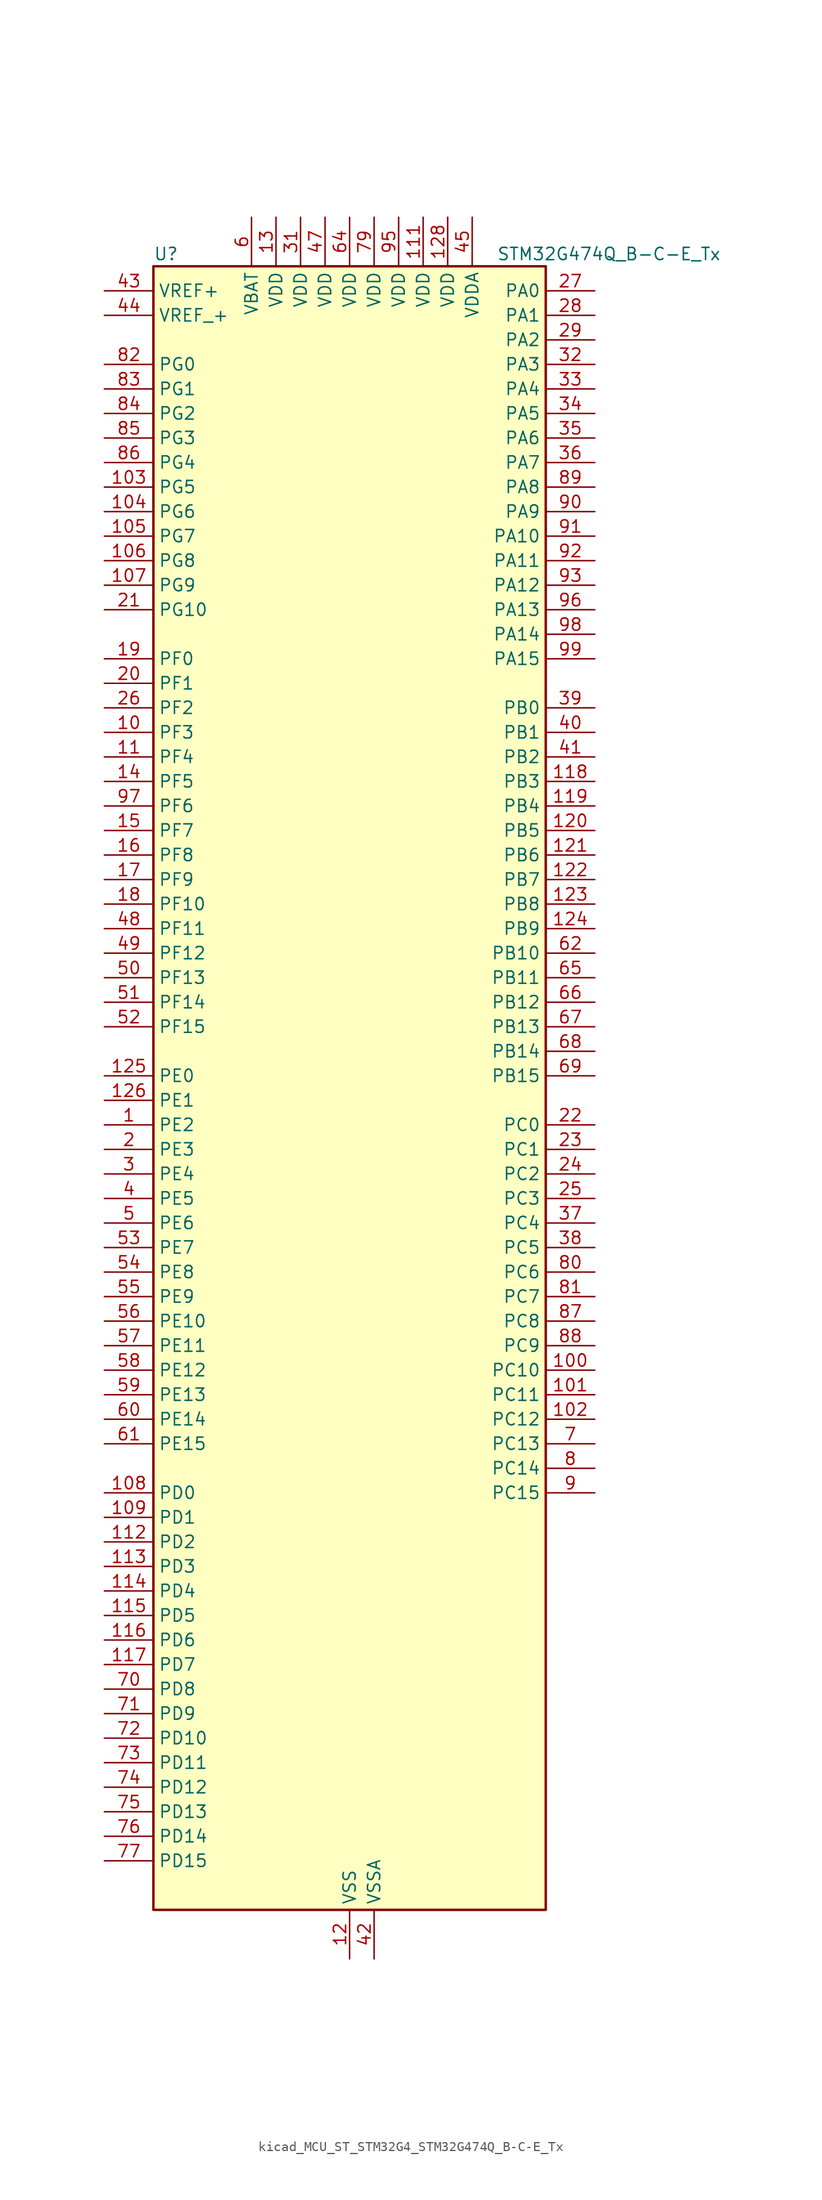
<source format=kicad_sym>
(kicad_symbol_lib
  (version 20220914)
  (generator kicad_symbol_editor)
  (symbol "kicad_MCU_ST_STM32G4_STM32G474Q_B-C-E_Tx"
    (property "Reference" "U"
      (at -20.32 87.63 0)
      (effects (font (size 1.27 1.27)) (justify left)))
    (property "Value" "STM32G474Q_B-C-E_Tx"
      (at 15.24 87.63 0)
      (effects (font (size 1.27 1.27)) (justify left)))
    (property "ki_locked" ""
      (at 0 0 0)
      (effects (font (size 1.27 1.27))))
    (symbol "kicad_MCU_ST_STM32G4_STM32G474Q_B-C-E_Tx_0_1"
      (rectangle (start -20.32 -83.82) (end 20.32 86.36) (stroke (width 0.254) (type default)) (fill (type background))))
    (symbol "kicad_MCU_ST_STM32G4_STM32G474Q_B-C-E_Tx_1_1"
      (pin bidirectional line (at -25.4 -2.54 0) (length 5.08) (name "PE2" (effects (font (size 1.27 1.27)))) (number "1" (effects (font (size 1.27 1.27)))) (alternate "ADC3_EXTI2" bidirectional line) (alternate "ADC4_EXTI2" bidirectional line) (alternate "ADC5_EXTI2" bidirectional line) (alternate "FMC_A23" bidirectional line) (alternate "SAI1_CK1" bidirectional line) (alternate "SAI1_MCLK_A" bidirectional line) (alternate "SPI4_SCK" bidirectional line) (alternate "SYS_TRACECLK" bidirectional line) (alternate "TIM20_CH1" bidirectional line) (alternate "TIM3_CH1" bidirectional line))
      (pin bidirectional line (at -25.4 38.1 0) (length 5.08) (name "PF3" (effects (font (size 1.27 1.27)))) (number "10" (effects (font (size 1.27 1.27)))) (alternate "ADC3_EXTI3" bidirectional line) (alternate "ADC4_EXTI3" bidirectional line) (alternate "ADC5_EXTI3" bidirectional line) (alternate "FMC_A3" bidirectional line) (alternate "I2C3_SCL" bidirectional line) (alternate "TIM20_CH4" bidirectional line))
      (pin bidirectional line (at 25.4 -27.94 180) (length 5.08) (name "PC10" (effects (font (size 1.27 1.27)))) (number "100" (effects (font (size 1.27 1.27)))) (alternate "DAC1_EXTI10" bidirectional line) (alternate "DAC2_EXTI10" bidirectional line) (alternate "DAC3_EXTI10" bidirectional line) (alternate "DAC4_EXTI10" bidirectional line) (alternate "HRTIM1_FLT6" bidirectional line) (alternate "I2S3_CK" bidirectional line) (alternate "SPI3_SCK" bidirectional line) (alternate "TIM8_CH1N" bidirectional line) (alternate "UART4_TX" bidirectional line) (alternate "USART3_TX" bidirectional line))
      (pin bidirectional line (at 25.4 -30.48 180) (length 5.08) (name "PC11" (effects (font (size 1.27 1.27)))) (number "101" (effects (font (size 1.27 1.27)))) (alternate "ADC1_EXTI11" bidirectional line) (alternate "ADC2_EXTI11" bidirectional line) (alternate "HRTIM1_EEV2" bidirectional line) (alternate "I2C3_SDA" bidirectional line) (alternate "SPI3_MISO" bidirectional line) (alternate "TIM8_CH2N" bidirectional line) (alternate "UART4_RX" bidirectional line) (alternate "USART3_RX" bidirectional line))
      (pin bidirectional line (at 25.4 -33.02 180) (length 5.08) (name "PC12" (effects (font (size 1.27 1.27)))) (number "102" (effects (font (size 1.27 1.27)))) (alternate "HRTIM1_EEV1" bidirectional line) (alternate "I2S3_SD" bidirectional line) (alternate "SPI3_MOSI" bidirectional line) (alternate "TIM5_CH2" bidirectional line) (alternate "TIM8_CH3N" bidirectional line) (alternate "UART5_TX" bidirectional line) (alternate "UCPD1_FRSTX1" bidirectional line) (alternate "UCPD1_FRSTX2" bidirectional line) (alternate "USART3_CK" bidirectional line))
      (pin bidirectional line (at -25.4 63.5 0) (length 5.08) (name "PG5" (effects (font (size 1.27 1.27)))) (number "103" (effects (font (size 1.27 1.27)))) (alternate "FMC_A15" bidirectional line) (alternate "LPUART1_CTS" bidirectional line) (alternate "SPI1_NSS" bidirectional line) (alternate "TIM20_ETR" bidirectional line))
      (pin bidirectional line (at -25.4 60.96 0) (length 5.08) (name "PG6" (effects (font (size 1.27 1.27)))) (number "104" (effects (font (size 1.27 1.27)))) (alternate "FMC_INT" bidirectional line) (alternate "I2C3_SMBA" bidirectional line) (alternate "LPUART1_DE" bidirectional line) (alternate "LPUART1_RTS" bidirectional line) (alternate "TIM20_BKIN" bidirectional line))
      (pin bidirectional line (at -25.4 58.42 0) (length 5.08) (name "PG7" (effects (font (size 1.27 1.27)))) (number "105" (effects (font (size 1.27 1.27)))) (alternate "FMC_INT" bidirectional line) (alternate "I2C3_SCL" bidirectional line) (alternate "LPUART1_TX" bidirectional line) (alternate "SAI1_CK1" bidirectional line) (alternate "SAI1_MCLK_A" bidirectional line))
      (pin bidirectional line (at -25.4 55.88 0) (length 5.08) (name "PG8" (effects (font (size 1.27 1.27)))) (number "106" (effects (font (size 1.27 1.27)))) (alternate "FMC_NE3" bidirectional line) (alternate "I2C3_SDA" bidirectional line) (alternate "LPUART1_RX" bidirectional line))
      (pin bidirectional line (at -25.4 53.34 0) (length 5.08) (name "PG9" (effects (font (size 1.27 1.27)))) (number "107" (effects (font (size 1.27 1.27)))) (alternate "DAC1_EXTI9" bidirectional line) (alternate "DAC2_EXTI9" bidirectional line) (alternate "DAC3_EXTI9" bidirectional line) (alternate "DAC4_EXTI9" bidirectional line) (alternate "FMC_NCE" bidirectional line) (alternate "FMC_NE2" bidirectional line) (alternate "SPI3_SCK" bidirectional line) (alternate "TIM15_CH1N" bidirectional line) (alternate "USART1_TX" bidirectional line))
      (pin bidirectional line (at -25.4 -40.64 0) (length 5.08) (name "PD0" (effects (font (size 1.27 1.27)))) (number "108" (effects (font (size 1.27 1.27)))) (alternate "FDCAN1_RX" bidirectional line) (alternate "FMC_D2" bidirectional line) (alternate "FMC_DA2" bidirectional line) (alternate "TIM8_CH4N" bidirectional line))
      (pin bidirectional line (at -25.4 -43.18 0) (length 5.08) (name "PD1" (effects (font (size 1.27 1.27)))) (number "109" (effects (font (size 1.27 1.27)))) (alternate "FDCAN1_TX" bidirectional line) (alternate "FMC_D3" bidirectional line) (alternate "FMC_DA3" bidirectional line) (alternate "TIM8_BKIN2" bidirectional line) (alternate "TIM8_CH4" bidirectional line))
      (pin bidirectional line (at -25.4 35.56 0) (length 5.08) (name "PF4" (effects (font (size 1.27 1.27)))) (number "11" (effects (font (size 1.27 1.27)))) (alternate "COMP1_OUT" bidirectional line) (alternate "FMC_A4" bidirectional line) (alternate "I2C3_SDA" bidirectional line) (alternate "TIM20_CH1N" bidirectional line))
      (pin passive line (at 0 -88.9 90) (length 5.08) hide (name "VSS" (effects (font (size 1.27 1.27)))) (number "110" (effects (font (size 1.27 1.27)))))
      (pin power_in line (at 7.62 91.44 270) (length 5.08) (name "VDD" (effects (font (size 1.27 1.27)))) (number "111" (effects (font (size 1.27 1.27)))))
      (pin bidirectional line (at -25.4 -45.72 0) (length 5.08) (name "PD2" (effects (font (size 1.27 1.27)))) (number "112" (effects (font (size 1.27 1.27)))) (alternate "ADC3_EXTI2" bidirectional line) (alternate "ADC4_EXTI2" bidirectional line) (alternate "ADC5_EXTI2" bidirectional line) (alternate "TIM3_ETR" bidirectional line) (alternate "TIM8_BKIN" bidirectional line) (alternate "UART5_RX" bidirectional line))
      (pin bidirectional line (at -25.4 -48.26 0) (length 5.08) (name "PD3" (effects (font (size 1.27 1.27)))) (number "113" (effects (font (size 1.27 1.27)))) (alternate "ADC3_EXTI3" bidirectional line) (alternate "ADC4_EXTI3" bidirectional line) (alternate "ADC5_EXTI3" bidirectional line) (alternate "FMC_CLK" bidirectional line) (alternate "QUADSPI1_BK2_NCS" bidirectional line) (alternate "TIM2_CH1" bidirectional line) (alternate "TIM2_ETR" bidirectional line) (alternate "USART2_CTS" bidirectional line) (alternate "USART2_NSS" bidirectional line))
      (pin bidirectional line (at -25.4 -50.8 0) (length 5.08) (name "PD4" (effects (font (size 1.27 1.27)))) (number "114" (effects (font (size 1.27 1.27)))) (alternate "FMC_NOE" bidirectional line) (alternate "QUADSPI1_BK2_IO0" bidirectional line) (alternate "TIM2_CH2" bidirectional line) (alternate "USART2_DE" bidirectional line) (alternate "USART2_RTS" bidirectional line))
      (pin bidirectional line (at -25.4 -53.34 0) (length 5.08) (name "PD5" (effects (font (size 1.27 1.27)))) (number "115" (effects (font (size 1.27 1.27)))) (alternate "FMC_NWE" bidirectional line) (alternate "QUADSPI1_BK2_IO1" bidirectional line) (alternate "USART2_TX" bidirectional line))
      (pin bidirectional line (at -25.4 -55.88 0) (length 5.08) (name "PD6" (effects (font (size 1.27 1.27)))) (number "116" (effects (font (size 1.27 1.27)))) (alternate "FMC_NWAIT" bidirectional line) (alternate "QUADSPI1_BK2_IO2" bidirectional line) (alternate "SAI1_D1" bidirectional line) (alternate "SAI1_SD_A" bidirectional line) (alternate "TIM2_CH4" bidirectional line) (alternate "USART2_RX" bidirectional line))
      (pin bidirectional line (at -25.4 -58.42 0) (length 5.08) (name "PD7" (effects (font (size 1.27 1.27)))) (number "117" (effects (font (size 1.27 1.27)))) (alternate "FMC_NCE" bidirectional line) (alternate "FMC_NE1" bidirectional line) (alternate "QUADSPI1_BK2_IO3" bidirectional line) (alternate "TIM2_CH3" bidirectional line) (alternate "USART2_CK" bidirectional line))
      (pin bidirectional line (at 25.4 33.02 180) (length 5.08) (name "PB3" (effects (font (size 1.27 1.27)))) (number "118" (effects (font (size 1.27 1.27)))) (alternate "ADC3_EXTI3" bidirectional line) (alternate "ADC4_EXTI3" bidirectional line) (alternate "ADC5_EXTI3" bidirectional line) (alternate "CRS_SYNC" bidirectional line) (alternate "FDCAN3_RX" bidirectional line) (alternate "HRTIM1_EEV9" bidirectional line) (alternate "HRTIM1_SCOUT" bidirectional line) (alternate "I2S3_CK" bidirectional line) (alternate "SAI1_SCK_B" bidirectional line) (alternate "SPI1_SCK" bidirectional line) (alternate "SPI3_SCK" bidirectional line) (alternate "SYS_JTDO-SWO" bidirectional line) (alternate "TIM2_CH2" bidirectional line) (alternate "TIM3_ETR" bidirectional line) (alternate "TIM4_ETR" bidirectional line) (alternate "TIM8_CH1N" bidirectional line) (alternate "USART2_TX" bidirectional line))
      (pin bidirectional line (at 25.4 30.48 180) (length 5.08) (name "PB4" (effects (font (size 1.27 1.27)))) (number "119" (effects (font (size 1.27 1.27)))) (alternate "FDCAN3_TX" bidirectional line) (alternate "HRTIM1_EEV7" bidirectional line) (alternate "SAI1_MCLK_B" bidirectional line) (alternate "SPI1_MISO" bidirectional line) (alternate "SPI3_MISO" bidirectional line) (alternate "SYS_JTRST" bidirectional line) (alternate "TIM16_CH1" bidirectional line) (alternate "TIM17_BKIN" bidirectional line) (alternate "TIM3_CH1" bidirectional line) (alternate "TIM8_CH2N" bidirectional line) (alternate "UART5_DE" bidirectional line) (alternate "UART5_RTS" bidirectional line) (alternate "UCPD1_CC2" bidirectional line) (alternate "USART2_RX" bidirectional line))
      (pin power_in line (at 0 -88.9 90) (length 5.08) (name "VSS" (effects (font (size 1.27 1.27)))) (number "12" (effects (font (size 1.27 1.27)))))
      (pin bidirectional line (at 25.4 27.94 180) (length 5.08) (name "PB5" (effects (font (size 1.27 1.27)))) (number "120" (effects (font (size 1.27 1.27)))) (alternate "FDCAN2_RX" bidirectional line) (alternate "HRTIM1_EEV6" bidirectional line) (alternate "I2C1_SMBA" bidirectional line) (alternate "I2C3_SDA" bidirectional line) (alternate "I2S3_SD" bidirectional line) (alternate "LPTIM1_IN1" bidirectional line) (alternate "SAI1_SD_B" bidirectional line) (alternate "SPI1_MOSI" bidirectional line) (alternate "SPI3_MOSI" bidirectional line) (alternate "TIM16_BKIN" bidirectional line) (alternate "TIM17_CH1" bidirectional line) (alternate "TIM3_CH2" bidirectional line) (alternate "TIM8_CH3N" bidirectional line) (alternate "UART5_CTS" bidirectional line) (alternate "USART2_CK" bidirectional line))
      (pin bidirectional line (at 25.4 25.4 180) (length 5.08) (name "PB6" (effects (font (size 1.27 1.27)))) (number "121" (effects (font (size 1.27 1.27)))) (alternate "COMP4_OUT" bidirectional line) (alternate "FDCAN2_TX" bidirectional line) (alternate "HRTIM1_EEV4" bidirectional line) (alternate "HRTIM1_SCIN" bidirectional line) (alternate "LPTIM1_ETR" bidirectional line) (alternate "SAI1_FS_B" bidirectional line) (alternate "TIM16_CH1N" bidirectional line) (alternate "TIM4_CH1" bidirectional line) (alternate "TIM8_BKIN2" bidirectional line) (alternate "TIM8_CH1" bidirectional line) (alternate "TIM8_ETR" bidirectional line) (alternate "UCPD1_CC1" bidirectional line) (alternate "USART1_TX" bidirectional line))
      (pin bidirectional line (at 25.4 22.86 180) (length 5.08) (name "PB7" (effects (font (size 1.27 1.27)))) (number "122" (effects (font (size 1.27 1.27)))) (alternate "COMP3_OUT" bidirectional line) (alternate "FMC_NL" bidirectional line) (alternate "HRTIM1_EEV3" bidirectional line) (alternate "I2C1_SDA" bidirectional line) (alternate "I2C4_SDA" bidirectional line) (alternate "LPTIM1_IN2" bidirectional line) (alternate "SYS_PVD_IN" bidirectional line) (alternate "TIM17_CH1N" bidirectional line) (alternate "TIM3_CH4" bidirectional line) (alternate "TIM4_CH2" bidirectional line) (alternate "TIM8_BKIN" bidirectional line) (alternate "UART4_CTS" bidirectional line) (alternate "USART1_RX" bidirectional line))
      (pin bidirectional line (at 25.4 20.32 180) (length 5.08) (name "PB8" (effects (font (size 1.27 1.27)))) (number "123" (effects (font (size 1.27 1.27)))) (alternate "COMP1_OUT" bidirectional line) (alternate "FDCAN1_RX" bidirectional line) (alternate "HRTIM1_EEV8" bidirectional line) (alternate "I2C1_SCL" bidirectional line) (alternate "SAI1_CK1" bidirectional line) (alternate "SAI1_MCLK_A" bidirectional line) (alternate "TIM16_CH1" bidirectional line) (alternate "TIM1_BKIN" bidirectional line) (alternate "TIM4_CH3" bidirectional line) (alternate "TIM8_CH2" bidirectional line) (alternate "USART3_RX" bidirectional line))
      (pin bidirectional line (at 25.4 17.78 180) (length 5.08) (name "PB9" (effects (font (size 1.27 1.27)))) (number "124" (effects (font (size 1.27 1.27)))) (alternate "COMP2_OUT" bidirectional line) (alternate "DAC1_EXTI9" bidirectional line) (alternate "DAC2_EXTI9" bidirectional line) (alternate "DAC3_EXTI9" bidirectional line) (alternate "DAC4_EXTI9" bidirectional line) (alternate "FDCAN1_TX" bidirectional line) (alternate "HRTIM1_EEV5" bidirectional line) (alternate "I2C1_SDA" bidirectional line) (alternate "IR_OUT" bidirectional line) (alternate "SAI1_D2" bidirectional line) (alternate "SAI1_FS_A" bidirectional line) (alternate "TIM17_CH1" bidirectional line) (alternate "TIM1_CH3N" bidirectional line) (alternate "TIM4_CH4" bidirectional line) (alternate "TIM8_CH3" bidirectional line) (alternate "USART3_TX" bidirectional line))
      (pin bidirectional line (at -25.4 2.54 0) (length 5.08) (name "PE0" (effects (font (size 1.27 1.27)))) (number "125" (effects (font (size 1.27 1.27)))) (alternate "FMC_NBL0" bidirectional line) (alternate "TIM16_CH1" bidirectional line) (alternate "TIM20_CH4N" bidirectional line) (alternate "TIM20_ETR" bidirectional line) (alternate "TIM4_ETR" bidirectional line) (alternate "USART1_TX" bidirectional line))
      (pin bidirectional line (at -25.4 0 0) (length 5.08) (name "PE1" (effects (font (size 1.27 1.27)))) (number "126" (effects (font (size 1.27 1.27)))) (alternate "FMC_NBL1" bidirectional line) (alternate "TIM17_CH1" bidirectional line) (alternate "TIM20_CH4" bidirectional line) (alternate "USART1_RX" bidirectional line))
      (pin passive line (at 0 -88.9 90) (length 5.08) hide (name "VSS" (effects (font (size 1.27 1.27)))) (number "127" (effects (font (size 1.27 1.27)))))
      (pin power_in line (at 10.16 91.44 270) (length 5.08) (name "VDD" (effects (font (size 1.27 1.27)))) (number "128" (effects (font (size 1.27 1.27)))))
      (pin power_in line (at -7.62 91.44 270) (length 5.08) (name "VDD" (effects (font (size 1.27 1.27)))) (number "13" (effects (font (size 1.27 1.27)))))
      (pin bidirectional line (at -25.4 33.02 0) (length 5.08) (name "PF5" (effects (font (size 1.27 1.27)))) (number "14" (effects (font (size 1.27 1.27)))) (alternate "FMC_A5" bidirectional line) (alternate "TIM20_CH2N" bidirectional line))
      (pin bidirectional line (at -25.4 27.94 0) (length 5.08) (name "PF7" (effects (font (size 1.27 1.27)))) (number "15" (effects (font (size 1.27 1.27)))) (alternate "FMC_A1" bidirectional line) (alternate "QUADSPI1_BK1_IO2" bidirectional line) (alternate "SAI1_MCLK_B" bidirectional line) (alternate "TIM20_BKIN" bidirectional line) (alternate "TIM5_CH2" bidirectional line))
      (pin bidirectional line (at -25.4 25.4 0) (length 5.08) (name "PF8" (effects (font (size 1.27 1.27)))) (number "16" (effects (font (size 1.27 1.27)))) (alternate "FMC_A24" bidirectional line) (alternate "QUADSPI1_BK1_IO0" bidirectional line) (alternate "SAI1_SCK_B" bidirectional line) (alternate "TIM20_BKIN2" bidirectional line) (alternate "TIM5_CH3" bidirectional line))
      (pin bidirectional line (at -25.4 22.86 0) (length 5.08) (name "PF9" (effects (font (size 1.27 1.27)))) (number "17" (effects (font (size 1.27 1.27)))) (alternate "DAC1_EXTI9" bidirectional line) (alternate "DAC2_EXTI9" bidirectional line) (alternate "DAC3_EXTI9" bidirectional line) (alternate "DAC4_EXTI9" bidirectional line) (alternate "FMC_A25" bidirectional line) (alternate "QUADSPI1_BK1_IO1" bidirectional line) (alternate "SAI1_FS_B" bidirectional line) (alternate "SPI2_SCK" bidirectional line) (alternate "TIM15_CH1" bidirectional line) (alternate "TIM20_BKIN" bidirectional line) (alternate "TIM5_CH4" bidirectional line))
      (pin bidirectional line (at -25.4 20.32 0) (length 5.08) (name "PF10" (effects (font (size 1.27 1.27)))) (number "18" (effects (font (size 1.27 1.27)))) (alternate "DAC1_EXTI10" bidirectional line) (alternate "DAC2_EXTI10" bidirectional line) (alternate "DAC3_EXTI10" bidirectional line) (alternate "DAC4_EXTI10" bidirectional line) (alternate "FMC_A0" bidirectional line) (alternate "QUADSPI1_CLK" bidirectional line) (alternate "SAI1_D3" bidirectional line) (alternate "SPI2_SCK" bidirectional line) (alternate "TIM15_CH2" bidirectional line) (alternate "TIM20_BKIN2" bidirectional line))
      (pin bidirectional line (at -25.4 45.72 0) (length 5.08) (name "PF0" (effects (font (size 1.27 1.27)))) (number "19" (effects (font (size 1.27 1.27)))) (alternate "ADC1_IN10" bidirectional line) (alternate "I2C2_SDA" bidirectional line) (alternate "I2S2_WS" bidirectional line) (alternate "RCC_OSC_IN" bidirectional line) (alternate "SPI2_NSS" bidirectional line) (alternate "TIM1_CH3N" bidirectional line))
      (pin bidirectional line (at -25.4 -5.08 0) (length 5.08) (name "PE3" (effects (font (size 1.27 1.27)))) (number "2" (effects (font (size 1.27 1.27)))) (alternate "ADC3_EXTI3" bidirectional line) (alternate "ADC4_EXTI3" bidirectional line) (alternate "ADC5_EXTI3" bidirectional line) (alternate "FMC_A19" bidirectional line) (alternate "SAI1_SD_B" bidirectional line) (alternate "SPI4_NSS" bidirectional line) (alternate "SYS_TRACED0" bidirectional line) (alternate "TIM20_CH2" bidirectional line) (alternate "TIM3_CH2" bidirectional line))
      (pin bidirectional line (at -25.4 43.18 0) (length 5.08) (name "PF1" (effects (font (size 1.27 1.27)))) (number "20" (effects (font (size 1.27 1.27)))) (alternate "ADC2_IN10" bidirectional line) (alternate "COMP3_INM" bidirectional line) (alternate "I2S2_CK" bidirectional line) (alternate "RCC_OSC_OUT" bidirectional line) (alternate "SPI2_SCK" bidirectional line))
      (pin bidirectional line (at -25.4 50.8 0) (length 5.08) (name "PG10" (effects (font (size 1.27 1.27)))) (number "21" (effects (font (size 1.27 1.27)))) (alternate "DAC1_EXTI10" bidirectional line) (alternate "DAC2_EXTI10" bidirectional line) (alternate "DAC3_EXTI10" bidirectional line) (alternate "DAC4_EXTI10" bidirectional line) (alternate "RCC_MCO" bidirectional line))
      (pin bidirectional line (at 25.4 -2.54 180) (length 5.08) (name "PC0" (effects (font (size 1.27 1.27)))) (number "22" (effects (font (size 1.27 1.27)))) (alternate "ADC1_IN6" bidirectional line) (alternate "ADC2_IN6" bidirectional line) (alternate "COMP3_INM" bidirectional line) (alternate "LPTIM1_IN1" bidirectional line) (alternate "LPUART1_RX" bidirectional line) (alternate "TIM1_CH1" bidirectional line))
      (pin bidirectional line (at 25.4 -5.08 180) (length 5.08) (name "PC1" (effects (font (size 1.27 1.27)))) (number "23" (effects (font (size 1.27 1.27)))) (alternate "ADC1_IN7" bidirectional line) (alternate "ADC2_IN7" bidirectional line) (alternate "COMP3_INP" bidirectional line) (alternate "LPTIM1_OUT" bidirectional line) (alternate "LPUART1_TX" bidirectional line) (alternate "QUADSPI1_BK2_IO0" bidirectional line) (alternate "SAI1_SD_A" bidirectional line) (alternate "TIM1_CH2" bidirectional line))
      (pin bidirectional line (at 25.4 -7.62 180) (length 5.08) (name "PC2" (effects (font (size 1.27 1.27)))) (number "24" (effects (font (size 1.27 1.27)))) (alternate "ADC1_IN8" bidirectional line) (alternate "ADC2_IN8" bidirectional line) (alternate "ADC3_EXTI2" bidirectional line) (alternate "ADC4_EXTI2" bidirectional line) (alternate "ADC5_EXTI2" bidirectional line) (alternate "COMP3_OUT" bidirectional line) (alternate "LPTIM1_IN2" bidirectional line) (alternate "QUADSPI1_BK2_IO1" bidirectional line) (alternate "TIM1_CH3" bidirectional line) (alternate "TIM20_CH2" bidirectional line))
      (pin bidirectional line (at 25.4 -10.16 180) (length 5.08) (name "PC3" (effects (font (size 1.27 1.27)))) (number "25" (effects (font (size 1.27 1.27)))) (alternate "ADC1_IN9" bidirectional line) (alternate "ADC2_IN9" bidirectional line) (alternate "ADC3_EXTI3" bidirectional line) (alternate "ADC4_EXTI3" bidirectional line) (alternate "ADC5_EXTI3" bidirectional line) (alternate "LPTIM1_ETR" bidirectional line) (alternate "OPAMP5_VINP" bidirectional line) (alternate "OPAMP5_VINP_SEC" bidirectional line) (alternate "QUADSPI1_BK2_IO2" bidirectional line) (alternate "SAI1_D1" bidirectional line) (alternate "SAI1_SD_A" bidirectional line) (alternate "TIM1_BKIN2" bidirectional line) (alternate "TIM1_CH4" bidirectional line))
      (pin bidirectional line (at -25.4 40.64 0) (length 5.08) (name "PF2" (effects (font (size 1.27 1.27)))) (number "26" (effects (font (size 1.27 1.27)))) (alternate "ADC3_EXTI2" bidirectional line) (alternate "ADC4_EXTI2" bidirectional line) (alternate "ADC5_EXTI2" bidirectional line) (alternate "FMC_A2" bidirectional line) (alternate "I2C2_SMBA" bidirectional line) (alternate "TIM20_CH3" bidirectional line))
      (pin bidirectional line (at 25.4 83.82 180) (length 5.08) (name "PA0" (effects (font (size 1.27 1.27)))) (number "27" (effects (font (size 1.27 1.27)))) (alternate "ADC1_IN1" bidirectional line) (alternate "ADC2_IN1" bidirectional line) (alternate "COMP1_INM" bidirectional line) (alternate "COMP1_OUT" bidirectional line) (alternate "COMP3_INP" bidirectional line) (alternate "RTC_TAMP2" bidirectional line) (alternate "SYS_WKUP1" bidirectional line) (alternate "TIM2_CH1" bidirectional line) (alternate "TIM2_ETR" bidirectional line) (alternate "TIM5_CH1" bidirectional line) (alternate "TIM8_BKIN" bidirectional line) (alternate "TIM8_ETR" bidirectional line) (alternate "USART2_CTS" bidirectional line) (alternate "USART2_NSS" bidirectional line))
      (pin bidirectional line (at 25.4 81.28 180) (length 5.08) (name "PA1" (effects (font (size 1.27 1.27)))) (number "28" (effects (font (size 1.27 1.27)))) (alternate "ADC1_IN2" bidirectional line) (alternate "ADC2_IN2" bidirectional line) (alternate "COMP1_INP" bidirectional line) (alternate "OPAMP1_VINP" bidirectional line) (alternate "OPAMP1_VINP_SEC" bidirectional line) (alternate "OPAMP3_VINP" bidirectional line) (alternate "OPAMP3_VINP_SEC" bidirectional line) (alternate "OPAMP6_VINM" bidirectional line) (alternate "OPAMP6_VINM0" bidirectional line) (alternate "OPAMP6_VINM_SEC" bidirectional line) (alternate "RTC_REFIN" bidirectional line) (alternate "TIM15_CH1N" bidirectional line) (alternate "TIM2_CH2" bidirectional line) (alternate "TIM5_CH2" bidirectional line) (alternate "USART2_DE" bidirectional line) (alternate "USART2_RTS" bidirectional line))
      (pin bidirectional line (at 25.4 78.74 180) (length 5.08) (name "PA2" (effects (font (size 1.27 1.27)))) (number "29" (effects (font (size 1.27 1.27)))) (alternate "ADC1_IN3" bidirectional line) (alternate "ADC3_EXTI2" bidirectional line) (alternate "ADC4_EXTI2" bidirectional line) (alternate "ADC5_EXTI2" bidirectional line) (alternate "COMP2_INM" bidirectional line) (alternate "COMP2_OUT" bidirectional line) (alternate "LPUART1_TX" bidirectional line) (alternate "OPAMP1_VOUT" bidirectional line) (alternate "QUADSPI1_BK1_NCS" bidirectional line) (alternate "RCC_LSCO" bidirectional line) (alternate "SYS_WKUP4" bidirectional line) (alternate "TIM15_CH1" bidirectional line) (alternate "TIM2_CH3" bidirectional line) (alternate "TIM5_CH3" bidirectional line) (alternate "UCPD1_FRSTX1" bidirectional line) (alternate "UCPD1_FRSTX2" bidirectional line) (alternate "USART2_TX" bidirectional line))
      (pin bidirectional line (at -25.4 -7.62 0) (length 5.08) (name "PE4" (effects (font (size 1.27 1.27)))) (number "3" (effects (font (size 1.27 1.27)))) (alternate "FMC_A20" bidirectional line) (alternate "SAI1_D2" bidirectional line) (alternate "SAI1_FS_A" bidirectional line) (alternate "SPI4_NSS" bidirectional line) (alternate "SYS_TRACED1" bidirectional line) (alternate "TIM20_CH1N" bidirectional line) (alternate "TIM3_CH3" bidirectional line))
      (pin passive line (at 0 -88.9 90) (length 5.08) hide (name "VSS" (effects (font (size 1.27 1.27)))) (number "30" (effects (font (size 1.27 1.27)))))
      (pin power_in line (at -5.08 91.44 270) (length 5.08) (name "VDD" (effects (font (size 1.27 1.27)))) (number "31" (effects (font (size 1.27 1.27)))))
      (pin bidirectional line (at 25.4 76.2 180) (length 5.08) (name "PA3" (effects (font (size 1.27 1.27)))) (number "32" (effects (font (size 1.27 1.27)))) (alternate "ADC1_IN4" bidirectional line) (alternate "ADC3_EXTI3" bidirectional line) (alternate "ADC4_EXTI3" bidirectional line) (alternate "ADC5_EXTI3" bidirectional line) (alternate "COMP2_INP" bidirectional line) (alternate "LPUART1_RX" bidirectional line) (alternate "OPAMP1_VINM" bidirectional line) (alternate "OPAMP1_VINM0" bidirectional line) (alternate "OPAMP1_VINM_SEC" bidirectional line) (alternate "OPAMP1_VINP" bidirectional line) (alternate "OPAMP1_VINP_SEC" bidirectional line) (alternate "OPAMP5_VINM" bidirectional line) (alternate "OPAMP5_VINM1" bidirectional line) (alternate "OPAMP5_VINM_SEC" bidirectional line) (alternate "QUADSPI1_CLK" bidirectional line) (alternate "SAI1_CK1" bidirectional line) (alternate "SAI1_MCLK_A" bidirectional line) (alternate "TIM15_CH2" bidirectional line) (alternate "TIM2_CH4" bidirectional line) (alternate "TIM5_CH4" bidirectional line) (alternate "USART2_RX" bidirectional line))
      (pin bidirectional line (at 25.4 73.66 180) (length 5.08) (name "PA4" (effects (font (size 1.27 1.27)))) (number "33" (effects (font (size 1.27 1.27)))) (alternate "ADC2_IN17" bidirectional line) (alternate "COMP1_INM" bidirectional line) (alternate "DAC1_OUT1" bidirectional line) (alternate "I2S3_WS" bidirectional line) (alternate "SAI1_FS_B" bidirectional line) (alternate "SPI1_NSS" bidirectional line) (alternate "SPI3_NSS" bidirectional line) (alternate "TIM3_CH2" bidirectional line) (alternate "USART2_CK" bidirectional line))
      (pin bidirectional line (at 25.4 71.12 180) (length 5.08) (name "PA5" (effects (font (size 1.27 1.27)))) (number "34" (effects (font (size 1.27 1.27)))) (alternate "ADC2_IN13" bidirectional line) (alternate "COMP2_INM" bidirectional line) (alternate "DAC1_OUT2" bidirectional line) (alternate "OPAMP2_VINM" bidirectional line) (alternate "OPAMP2_VINM0" bidirectional line) (alternate "OPAMP2_VINM_SEC" bidirectional line) (alternate "SPI1_SCK" bidirectional line) (alternate "TIM2_CH1" bidirectional line) (alternate "TIM2_ETR" bidirectional line) (alternate "UCPD1_FRSTX1" bidirectional line) (alternate "UCPD1_FRSTX2" bidirectional line))
      (pin bidirectional line (at 25.4 68.58 180) (length 5.08) (name "PA6" (effects (font (size 1.27 1.27)))) (number "35" (effects (font (size 1.27 1.27)))) (alternate "ADC2_IN3" bidirectional line) (alternate "COMP1_OUT" bidirectional line) (alternate "DAC2_OUT1" bidirectional line) (alternate "LPUART1_CTS" bidirectional line) (alternate "OPAMP2_VOUT" bidirectional line) (alternate "QUADSPI1_BK1_IO3" bidirectional line) (alternate "SPI1_MISO" bidirectional line) (alternate "TIM16_CH1" bidirectional line) (alternate "TIM1_BKIN" bidirectional line) (alternate "TIM3_CH1" bidirectional line) (alternate "TIM8_BKIN" bidirectional line))
      (pin bidirectional line (at 25.4 66.04 180) (length 5.08) (name "PA7" (effects (font (size 1.27 1.27)))) (number "36" (effects (font (size 1.27 1.27)))) (alternate "ADC2_IN4" bidirectional line) (alternate "COMP2_INP" bidirectional line) (alternate "COMP2_OUT" bidirectional line) (alternate "OPAMP1_VINP" bidirectional line) (alternate "OPAMP1_VINP_SEC" bidirectional line) (alternate "OPAMP2_VINP" bidirectional line) (alternate "OPAMP2_VINP_SEC" bidirectional line) (alternate "QUADSPI1_BK1_IO2" bidirectional line) (alternate "SPI1_MOSI" bidirectional line) (alternate "TIM17_CH1" bidirectional line) (alternate "TIM1_CH1N" bidirectional line) (alternate "TIM3_CH2" bidirectional line) (alternate "TIM8_CH1N" bidirectional line) (alternate "UCPD1_FRSTX1" bidirectional line) (alternate "UCPD1_FRSTX2" bidirectional line))
      (pin bidirectional line (at 25.4 -12.7 180) (length 5.08) (name "PC4" (effects (font (size 1.27 1.27)))) (number "37" (effects (font (size 1.27 1.27)))) (alternate "ADC2_IN5" bidirectional line) (alternate "I2C2_SCL" bidirectional line) (alternate "QUADSPI1_BK2_IO3" bidirectional line) (alternate "TIM1_ETR" bidirectional line) (alternate "USART1_TX" bidirectional line))
      (pin bidirectional line (at 25.4 -15.24 180) (length 5.08) (name "PC5" (effects (font (size 1.27 1.27)))) (number "38" (effects (font (size 1.27 1.27)))) (alternate "ADC2_IN11" bidirectional line) (alternate "HRTIM1_EEV10" bidirectional line) (alternate "OPAMP1_VINM" bidirectional line) (alternate "OPAMP1_VINM1" bidirectional line) (alternate "OPAMP1_VINM_SEC" bidirectional line) (alternate "OPAMP2_VINM" bidirectional line) (alternate "OPAMP2_VINM1" bidirectional line) (alternate "OPAMP2_VINM_SEC" bidirectional line) (alternate "SAI1_D3" bidirectional line) (alternate "SYS_WKUP5" bidirectional line) (alternate "TIM15_BKIN" bidirectional line) (alternate "TIM1_CH4N" bidirectional line) (alternate "USART1_RX" bidirectional line))
      (pin bidirectional line (at 25.4 40.64 180) (length 5.08) (name "PB0" (effects (font (size 1.27 1.27)))) (number "39" (effects (font (size 1.27 1.27)))) (alternate "ADC1_IN15" bidirectional line) (alternate "ADC3_IN12" bidirectional line) (alternate "COMP4_INP" bidirectional line) (alternate "HRTIM1_FLT5" bidirectional line) (alternate "OPAMP2_VINP" bidirectional line) (alternate "OPAMP2_VINP_SEC" bidirectional line) (alternate "OPAMP3_VINP" bidirectional line) (alternate "OPAMP3_VINP_SEC" bidirectional line) (alternate "QUADSPI1_BK1_IO1" bidirectional line) (alternate "TIM1_CH2N" bidirectional line) (alternate "TIM3_CH3" bidirectional line) (alternate "TIM8_CH2N" bidirectional line) (alternate "UCPD1_FRSTX1" bidirectional line) (alternate "UCPD1_FRSTX2" bidirectional line))
      (pin bidirectional line (at -25.4 -10.16 0) (length 5.08) (name "PE5" (effects (font (size 1.27 1.27)))) (number "4" (effects (font (size 1.27 1.27)))) (alternate "FMC_A21" bidirectional line) (alternate "SAI1_CK2" bidirectional line) (alternate "SAI1_SCK_A" bidirectional line) (alternate "SPI4_MISO" bidirectional line) (alternate "SYS_TRACED2" bidirectional line) (alternate "TIM20_CH2N" bidirectional line) (alternate "TIM3_CH4" bidirectional line))
      (pin bidirectional line (at 25.4 38.1 180) (length 5.08) (name "PB1" (effects (font (size 1.27 1.27)))) (number "40" (effects (font (size 1.27 1.27)))) (alternate "ADC1_IN12" bidirectional line) (alternate "ADC3_IN1" bidirectional line) (alternate "COMP1_INP" bidirectional line) (alternate "COMP4_OUT" bidirectional line) (alternate "HRTIM1_SCOUT" bidirectional line) (alternate "LPUART1_DE" bidirectional line) (alternate "LPUART1_RTS" bidirectional line) (alternate "OPAMP3_VOUT" bidirectional line) (alternate "OPAMP6_VINM" bidirectional line) (alternate "OPAMP6_VINM1" bidirectional line) (alternate "OPAMP6_VINM_SEC" bidirectional line) (alternate "QUADSPI1_BK1_IO0" bidirectional line) (alternate "TIM1_CH3N" bidirectional line) (alternate "TIM3_CH4" bidirectional line) (alternate "TIM8_CH3N" bidirectional line))
      (pin bidirectional line (at 25.4 35.56 180) (length 5.08) (name "PB2" (effects (font (size 1.27 1.27)))) (number "41" (effects (font (size 1.27 1.27)))) (alternate "ADC2_IN12" bidirectional line) (alternate "ADC3_EXTI2" bidirectional line) (alternate "ADC4_EXTI2" bidirectional line) (alternate "ADC5_EXTI2" bidirectional line) (alternate "COMP4_INM" bidirectional line) (alternate "HRTIM1_SCIN" bidirectional line) (alternate "I2C3_SMBA" bidirectional line) (alternate "LPTIM1_OUT" bidirectional line) (alternate "OPAMP3_VINM" bidirectional line) (alternate "OPAMP3_VINM0" bidirectional line) (alternate "OPAMP3_VINM_SEC" bidirectional line) (alternate "QUADSPI1_BK2_IO1" bidirectional line) (alternate "RTC_OUT2" bidirectional line) (alternate "TIM20_CH1" bidirectional line) (alternate "TIM5_CH1" bidirectional line))
      (pin power_in line (at 2.54 -88.9 90) (length 5.08) (name "VSSA" (effects (font (size 1.27 1.27)))) (number "42" (effects (font (size 1.27 1.27)))))
      (pin input line (at -25.4 83.82 0) (length 5.08) (name "VREF+" (effects (font (size 1.27 1.27)))) (number "43" (effects (font (size 1.27 1.27)))) (alternate "VREFBUF_OUT1" bidirectional line))
      (pin input line (at -25.4 81.28 0) (length 5.08) (name "VREF_+" (effects (font (size 1.27 1.27)))) (number "44" (effects (font (size 1.27 1.27)))) (alternate "VREFBUF_OUT2" bidirectional line))
      (pin power_in line (at 12.7 91.44 270) (length 5.08) (name "VDDA" (effects (font (size 1.27 1.27)))) (number "45" (effects (font (size 1.27 1.27)))))
      (pin passive line (at 0 -88.9 90) (length 5.08) hide (name "VSS" (effects (font (size 1.27 1.27)))) (number "46" (effects (font (size 1.27 1.27)))))
      (pin power_in line (at -2.54 91.44 270) (length 5.08) (name "VDD" (effects (font (size 1.27 1.27)))) (number "47" (effects (font (size 1.27 1.27)))))
      (pin bidirectional line (at -25.4 17.78 0) (length 5.08) (name "PF11" (effects (font (size 1.27 1.27)))) (number "48" (effects (font (size 1.27 1.27)))) (alternate "ADC1_EXTI11" bidirectional line) (alternate "ADC2_EXTI11" bidirectional line) (alternate "FMC_NE4" bidirectional line) (alternate "TIM20_ETR" bidirectional line))
      (pin bidirectional line (at -25.4 15.24 0) (length 5.08) (name "PF12" (effects (font (size 1.27 1.27)))) (number "49" (effects (font (size 1.27 1.27)))) (alternate "FMC_A6" bidirectional line) (alternate "TIM20_CH1" bidirectional line))
      (pin bidirectional line (at -25.4 -12.7 0) (length 5.08) (name "PE6" (effects (font (size 1.27 1.27)))) (number "5" (effects (font (size 1.27 1.27)))) (alternate "FMC_A22" bidirectional line) (alternate "RTC_TAMP3" bidirectional line) (alternate "SAI1_D1" bidirectional line) (alternate "SAI1_SD_A" bidirectional line) (alternate "SPI4_MOSI" bidirectional line) (alternate "SYS_TRACED3" bidirectional line) (alternate "SYS_WKUP3" bidirectional line) (alternate "TIM20_CH3N" bidirectional line))
      (pin bidirectional line (at -25.4 12.7 0) (length 5.08) (name "PF13" (effects (font (size 1.27 1.27)))) (number "50" (effects (font (size 1.27 1.27)))) (alternate "FMC_A7" bidirectional line) (alternate "I2C4_SMBA" bidirectional line) (alternate "TIM20_CH2" bidirectional line))
      (pin bidirectional line (at -25.4 10.16 0) (length 5.08) (name "PF14" (effects (font (size 1.27 1.27)))) (number "51" (effects (font (size 1.27 1.27)))) (alternate "FMC_A8" bidirectional line) (alternate "I2C4_SCL" bidirectional line) (alternate "TIM20_CH3" bidirectional line))
      (pin bidirectional line (at -25.4 7.62 0) (length 5.08) (name "PF15" (effects (font (size 1.27 1.27)))) (number "52" (effects (font (size 1.27 1.27)))) (alternate "ADC1_EXTI15" bidirectional line) (alternate "ADC2_EXTI15" bidirectional line) (alternate "FMC_A9" bidirectional line) (alternate "I2C4_SDA" bidirectional line) (alternate "TIM20_CH4" bidirectional line))
      (pin bidirectional line (at -25.4 -15.24 0) (length 5.08) (name "PE7" (effects (font (size 1.27 1.27)))) (number "53" (effects (font (size 1.27 1.27)))) (alternate "ADC3_IN4" bidirectional line) (alternate "COMP4_INP" bidirectional line) (alternate "FMC_D4" bidirectional line) (alternate "FMC_DA4" bidirectional line) (alternate "SAI1_SD_B" bidirectional line) (alternate "TIM1_ETR" bidirectional line))
      (pin bidirectional line (at -25.4 -17.78 0) (length 5.08) (name "PE8" (effects (font (size 1.27 1.27)))) (number "54" (effects (font (size 1.27 1.27)))) (alternate "ADC3_IN6" bidirectional line) (alternate "ADC4_IN6" bidirectional line) (alternate "ADC5_IN6" bidirectional line) (alternate "COMP4_INM" bidirectional line) (alternate "FMC_D5" bidirectional line) (alternate "FMC_DA5" bidirectional line) (alternate "SAI1_SCK_B" bidirectional line) (alternate "TIM1_CH1N" bidirectional line) (alternate "TIM5_CH3" bidirectional line))
      (pin bidirectional line (at -25.4 -20.32 0) (length 5.08) (name "PE9" (effects (font (size 1.27 1.27)))) (number "55" (effects (font (size 1.27 1.27)))) (alternate "ADC3_IN2" bidirectional line) (alternate "DAC1_EXTI9" bidirectional line) (alternate "DAC2_EXTI9" bidirectional line) (alternate "DAC3_EXTI9" bidirectional line) (alternate "DAC4_EXTI9" bidirectional line) (alternate "FMC_D6" bidirectional line) (alternate "FMC_DA6" bidirectional line) (alternate "SAI1_FS_B" bidirectional line) (alternate "TIM1_CH1" bidirectional line) (alternate "TIM5_CH4" bidirectional line))
      (pin bidirectional line (at -25.4 -22.86 0) (length 5.08) (name "PE10" (effects (font (size 1.27 1.27)))) (number "56" (effects (font (size 1.27 1.27)))) (alternate "ADC3_IN14" bidirectional line) (alternate "ADC4_IN14" bidirectional line) (alternate "ADC5_IN14" bidirectional line) (alternate "DAC1_EXTI10" bidirectional line) (alternate "DAC2_EXTI10" bidirectional line) (alternate "DAC3_EXTI10" bidirectional line) (alternate "DAC4_EXTI10" bidirectional line) (alternate "FMC_D7" bidirectional line) (alternate "FMC_DA7" bidirectional line) (alternate "QUADSPI1_CLK" bidirectional line) (alternate "SAI1_MCLK_B" bidirectional line) (alternate "TIM1_CH2N" bidirectional line))
      (pin bidirectional line (at -25.4 -25.4 0) (length 5.08) (name "PE11" (effects (font (size 1.27 1.27)))) (number "57" (effects (font (size 1.27 1.27)))) (alternate "ADC1_EXTI11" bidirectional line) (alternate "ADC2_EXTI11" bidirectional line) (alternate "ADC3_IN15" bidirectional line) (alternate "ADC4_IN15" bidirectional line) (alternate "ADC5_IN15" bidirectional line) (alternate "FMC_D8" bidirectional line) (alternate "FMC_DA8" bidirectional line) (alternate "QUADSPI1_BK1_NCS" bidirectional line) (alternate "SPI4_NSS" bidirectional line) (alternate "TIM1_CH2" bidirectional line))
      (pin bidirectional line (at -25.4 -27.94 0) (length 5.08) (name "PE12" (effects (font (size 1.27 1.27)))) (number "58" (effects (font (size 1.27 1.27)))) (alternate "ADC3_IN16" bidirectional line) (alternate "ADC4_IN16" bidirectional line) (alternate "ADC5_IN16" bidirectional line) (alternate "FMC_D9" bidirectional line) (alternate "FMC_DA9" bidirectional line) (alternate "QUADSPI1_BK1_IO0" bidirectional line) (alternate "SPI4_SCK" bidirectional line) (alternate "TIM1_CH3N" bidirectional line))
      (pin bidirectional line (at -25.4 -30.48 0) (length 5.08) (name "PE13" (effects (font (size 1.27 1.27)))) (number "59" (effects (font (size 1.27 1.27)))) (alternate "ADC3_IN3" bidirectional line) (alternate "FMC_D10" bidirectional line) (alternate "FMC_DA10" bidirectional line) (alternate "QUADSPI1_BK1_IO1" bidirectional line) (alternate "SPI4_MISO" bidirectional line) (alternate "TIM1_CH3" bidirectional line))
      (pin power_in line (at -10.16 91.44 270) (length 5.08) (name "VBAT" (effects (font (size 1.27 1.27)))) (number "6" (effects (font (size 1.27 1.27)))))
      (pin bidirectional line (at -25.4 -33.02 0) (length 5.08) (name "PE14" (effects (font (size 1.27 1.27)))) (number "60" (effects (font (size 1.27 1.27)))) (alternate "ADC4_IN1" bidirectional line) (alternate "FMC_D11" bidirectional line) (alternate "FMC_DA11" bidirectional line) (alternate "QUADSPI1_BK1_IO2" bidirectional line) (alternate "SPI4_MOSI" bidirectional line) (alternate "TIM1_BKIN2" bidirectional line) (alternate "TIM1_CH4" bidirectional line))
      (pin bidirectional line (at -25.4 -35.56 0) (length 5.08) (name "PE15" (effects (font (size 1.27 1.27)))) (number "61" (effects (font (size 1.27 1.27)))) (alternate "ADC1_EXTI15" bidirectional line) (alternate "ADC2_EXTI15" bidirectional line) (alternate "ADC4_IN2" bidirectional line) (alternate "FMC_D12" bidirectional line) (alternate "FMC_DA12" bidirectional line) (alternate "QUADSPI1_BK1_IO3" bidirectional line) (alternate "TIM1_BKIN" bidirectional line) (alternate "TIM1_CH4N" bidirectional line) (alternate "USART3_RX" bidirectional line))
      (pin bidirectional line (at 25.4 15.24 180) (length 5.08) (name "PB10" (effects (font (size 1.27 1.27)))) (number "62" (effects (font (size 1.27 1.27)))) (alternate "COMP5_INM" bidirectional line) (alternate "DAC1_EXTI10" bidirectional line) (alternate "DAC2_EXTI10" bidirectional line) (alternate "DAC3_EXTI10" bidirectional line) (alternate "DAC4_EXTI10" bidirectional line) (alternate "HRTIM1_FLT3" bidirectional line) (alternate "LPUART1_RX" bidirectional line) (alternate "OPAMP3_VINM" bidirectional line) (alternate "OPAMP3_VINM1" bidirectional line) (alternate "OPAMP3_VINM_SEC" bidirectional line) (alternate "OPAMP4_VINM" bidirectional line) (alternate "OPAMP4_VINM0" bidirectional line) (alternate "OPAMP4_VINM_SEC" bidirectional line) (alternate "QUADSPI1_CLK" bidirectional line) (alternate "SAI1_SCK_A" bidirectional line) (alternate "TIM1_BKIN" bidirectional line) (alternate "TIM2_CH3" bidirectional line) (alternate "USART3_TX" bidirectional line))
      (pin passive line (at 0 -88.9 90) (length 5.08) hide (name "VSS" (effects (font (size 1.27 1.27)))) (number "63" (effects (font (size 1.27 1.27)))))
      (pin power_in line (at 0 91.44 270) (length 5.08) (name "VDD" (effects (font (size 1.27 1.27)))) (number "64" (effects (font (size 1.27 1.27)))))
      (pin bidirectional line (at 25.4 12.7 180) (length 5.08) (name "PB11" (effects (font (size 1.27 1.27)))) (number "65" (effects (font (size 1.27 1.27)))) (alternate "ADC1_EXTI11" bidirectional line) (alternate "ADC1_IN14" bidirectional line) (alternate "ADC2_EXTI11" bidirectional line) (alternate "ADC2_IN14" bidirectional line) (alternate "COMP6_INP" bidirectional line) (alternate "HRTIM1_FLT4" bidirectional line) (alternate "LPUART1_TX" bidirectional line) (alternate "OPAMP4_VINP" bidirectional line) (alternate "OPAMP4_VINP_SEC" bidirectional line) (alternate "OPAMP6_VOUT" bidirectional line) (alternate "QUADSPI1_BK1_NCS" bidirectional line) (alternate "TIM2_CH4" bidirectional line) (alternate "USART3_RX" bidirectional line))
      (pin bidirectional line (at 25.4 10.16 180) (length 5.08) (name "PB12" (effects (font (size 1.27 1.27)))) (number "66" (effects (font (size 1.27 1.27)))) (alternate "ADC1_IN11" bidirectional line) (alternate "ADC4_IN3" bidirectional line) (alternate "COMP7_INM" bidirectional line) (alternate "FDCAN2_RX" bidirectional line) (alternate "HRTIM1_CHC1" bidirectional line) (alternate "I2C2_SMBA" bidirectional line) (alternate "I2S2_WS" bidirectional line) (alternate "LPUART1_DE" bidirectional line) (alternate "LPUART1_RTS" bidirectional line) (alternate "OPAMP4_VOUT" bidirectional line) (alternate "OPAMP6_VINP" bidirectional line) (alternate "OPAMP6_VINP_SEC" bidirectional line) (alternate "SPI2_NSS" bidirectional line) (alternate "TIM1_BKIN" bidirectional line) (alternate "TIM5_ETR" bidirectional line) (alternate "USART3_CK" bidirectional line))
      (pin bidirectional line (at 25.4 7.62 180) (length 5.08) (name "PB13" (effects (font (size 1.27 1.27)))) (number "67" (effects (font (size 1.27 1.27)))) (alternate "ADC3_IN5" bidirectional line) (alternate "COMP5_INP" bidirectional line) (alternate "FDCAN2_TX" bidirectional line) (alternate "HRTIM1_CHC2" bidirectional line) (alternate "I2S2_CK" bidirectional line) (alternate "LPUART1_CTS" bidirectional line) (alternate "OPAMP3_VINP" bidirectional line) (alternate "OPAMP3_VINP_SEC" bidirectional line) (alternate "OPAMP4_VINP" bidirectional line) (alternate "OPAMP4_VINP_SEC" bidirectional line) (alternate "OPAMP6_VINP" bidirectional line) (alternate "OPAMP6_VINP_SEC" bidirectional line) (alternate "SPI2_SCK" bidirectional line) (alternate "TIM1_CH1N" bidirectional line) (alternate "USART3_CTS" bidirectional line) (alternate "USART3_NSS" bidirectional line))
      (pin bidirectional line (at 25.4 5.08 180) (length 5.08) (name "PB14" (effects (font (size 1.27 1.27)))) (number "68" (effects (font (size 1.27 1.27)))) (alternate "ADC1_IN5" bidirectional line) (alternate "ADC4_IN4" bidirectional line) (alternate "COMP4_OUT" bidirectional line) (alternate "COMP7_INP" bidirectional line) (alternate "HRTIM1_CHD1" bidirectional line) (alternate "OPAMP2_VINP" bidirectional line) (alternate "OPAMP2_VINP_SEC" bidirectional line) (alternate "OPAMP5_VINP" bidirectional line) (alternate "OPAMP5_VINP_SEC" bidirectional line) (alternate "SPI2_MISO" bidirectional line) (alternate "TIM15_CH1" bidirectional line) (alternate "TIM1_CH2N" bidirectional line) (alternate "USART3_DE" bidirectional line) (alternate "USART3_RTS" bidirectional line))
      (pin bidirectional line (at 25.4 2.54 180) (length 5.08) (name "PB15" (effects (font (size 1.27 1.27)))) (number "69" (effects (font (size 1.27 1.27)))) (alternate "ADC1_EXTI15" bidirectional line) (alternate "ADC2_EXTI15" bidirectional line) (alternate "ADC2_IN15" bidirectional line) (alternate "ADC4_IN5" bidirectional line) (alternate "COMP3_OUT" bidirectional line) (alternate "COMP6_INM" bidirectional line) (alternate "HRTIM1_CHD2" bidirectional line) (alternate "I2S2_SD" bidirectional line) (alternate "OPAMP5_VINM" bidirectional line) (alternate "OPAMP5_VINM0" bidirectional line) (alternate "OPAMP5_VINM_SEC" bidirectional line) (alternate "RTC_REFIN" bidirectional line) (alternate "SPI2_MOSI" bidirectional line) (alternate "TIM15_CH1N" bidirectional line) (alternate "TIM15_CH2" bidirectional line) (alternate "TIM1_CH3N" bidirectional line))
      (pin bidirectional line (at 25.4 -35.56 180) (length 5.08) (name "PC13" (effects (font (size 1.27 1.27)))) (number "7" (effects (font (size 1.27 1.27)))) (alternate "RTC_OUT1" bidirectional line) (alternate "RTC_TAMP1" bidirectional line) (alternate "RTC_TS" bidirectional line) (alternate "SYS_WKUP2" bidirectional line) (alternate "TIM1_BKIN" bidirectional line) (alternate "TIM1_CH1N" bidirectional line) (alternate "TIM8_CH4N" bidirectional line))
      (pin bidirectional line (at -25.4 -60.96 0) (length 5.08) (name "PD8" (effects (font (size 1.27 1.27)))) (number "70" (effects (font (size 1.27 1.27)))) (alternate "ADC4_IN12" bidirectional line) (alternate "ADC5_IN12" bidirectional line) (alternate "FMC_D13" bidirectional line) (alternate "FMC_DA13" bidirectional line) (alternate "OPAMP4_VINM" bidirectional line) (alternate "OPAMP4_VINM1" bidirectional line) (alternate "OPAMP4_VINM_SEC" bidirectional line) (alternate "USART3_TX" bidirectional line))
      (pin bidirectional line (at -25.4 -63.5 0) (length 5.08) (name "PD9" (effects (font (size 1.27 1.27)))) (number "71" (effects (font (size 1.27 1.27)))) (alternate "ADC4_IN13" bidirectional line) (alternate "ADC5_IN13" bidirectional line) (alternate "DAC1_EXTI9" bidirectional line) (alternate "DAC2_EXTI9" bidirectional line) (alternate "DAC3_EXTI9" bidirectional line) (alternate "DAC4_EXTI9" bidirectional line) (alternate "FMC_D14" bidirectional line) (alternate "FMC_DA14" bidirectional line) (alternate "OPAMP6_VINP" bidirectional line) (alternate "OPAMP6_VINP_SEC" bidirectional line) (alternate "USART3_RX" bidirectional line))
      (pin bidirectional line (at -25.4 -66.04 0) (length 5.08) (name "PD10" (effects (font (size 1.27 1.27)))) (number "72" (effects (font (size 1.27 1.27)))) (alternate "ADC3_IN7" bidirectional line) (alternate "ADC4_IN7" bidirectional line) (alternate "ADC5_IN7" bidirectional line) (alternate "COMP6_INM" bidirectional line) (alternate "DAC1_EXTI10" bidirectional line) (alternate "DAC2_EXTI10" bidirectional line) (alternate "DAC3_EXTI10" bidirectional line) (alternate "DAC4_EXTI10" bidirectional line) (alternate "FMC_D15" bidirectional line) (alternate "FMC_DA15" bidirectional line) (alternate "USART3_CK" bidirectional line))
      (pin bidirectional line (at -25.4 -68.58 0) (length 5.08) (name "PD11" (effects (font (size 1.27 1.27)))) (number "73" (effects (font (size 1.27 1.27)))) (alternate "ADC1_EXTI11" bidirectional line) (alternate "ADC2_EXTI11" bidirectional line) (alternate "ADC3_IN8" bidirectional line) (alternate "ADC4_IN8" bidirectional line) (alternate "ADC5_IN8" bidirectional line) (alternate "COMP6_INP" bidirectional line) (alternate "FMC_A16" bidirectional line) (alternate "FMC_CLE" bidirectional line) (alternate "I2C4_SMBA" bidirectional line) (alternate "OPAMP4_VINP" bidirectional line) (alternate "OPAMP4_VINP_SEC" bidirectional line) (alternate "TIM5_ETR" bidirectional line) (alternate "USART3_CTS" bidirectional line) (alternate "USART3_NSS" bidirectional line))
      (pin bidirectional line (at -25.4 -71.12 0) (length 5.08) (name "PD12" (effects (font (size 1.27 1.27)))) (number "74" (effects (font (size 1.27 1.27)))) (alternate "ADC3_IN9" bidirectional line) (alternate "ADC4_IN9" bidirectional line) (alternate "ADC5_IN9" bidirectional line) (alternate "COMP5_INP" bidirectional line) (alternate "FMC_A17" bidirectional line) (alternate "FMC_ALE" bidirectional line) (alternate "OPAMP5_VINP" bidirectional line) (alternate "OPAMP5_VINP_SEC" bidirectional line) (alternate "TIM4_CH1" bidirectional line) (alternate "USART3_DE" bidirectional line) (alternate "USART3_RTS" bidirectional line))
      (pin bidirectional line (at -25.4 -73.66 0) (length 5.08) (name "PD13" (effects (font (size 1.27 1.27)))) (number "75" (effects (font (size 1.27 1.27)))) (alternate "ADC3_IN10" bidirectional line) (alternate "ADC4_IN10" bidirectional line) (alternate "ADC5_IN10" bidirectional line) (alternate "COMP5_INM" bidirectional line) (alternate "FMC_A18" bidirectional line) (alternate "TIM4_CH2" bidirectional line))
      (pin bidirectional line (at -25.4 -76.2 0) (length 5.08) (name "PD14" (effects (font (size 1.27 1.27)))) (number "76" (effects (font (size 1.27 1.27)))) (alternate "ADC3_IN11" bidirectional line) (alternate "ADC4_IN11" bidirectional line) (alternate "ADC5_IN11" bidirectional line) (alternate "COMP7_INP" bidirectional line) (alternate "FMC_D0" bidirectional line) (alternate "FMC_DA0" bidirectional line) (alternate "OPAMP2_VINP" bidirectional line) (alternate "OPAMP2_VINP_SEC" bidirectional line) (alternate "TIM4_CH3" bidirectional line))
      (pin bidirectional line (at -25.4 -78.74 0) (length 5.08) (name "PD15" (effects (font (size 1.27 1.27)))) (number "77" (effects (font (size 1.27 1.27)))) (alternate "ADC1_EXTI15" bidirectional line) (alternate "ADC2_EXTI15" bidirectional line) (alternate "COMP7_INM" bidirectional line) (alternate "FMC_D1" bidirectional line) (alternate "FMC_DA1" bidirectional line) (alternate "SPI2_NSS" bidirectional line) (alternate "TIM4_CH4" bidirectional line))
      (pin passive line (at 0 -88.9 90) (length 5.08) hide (name "VSS" (effects (font (size 1.27 1.27)))) (number "78" (effects (font (size 1.27 1.27)))))
      (pin power_in line (at 2.54 91.44 270) (length 5.08) (name "VDD" (effects (font (size 1.27 1.27)))) (number "79" (effects (font (size 1.27 1.27)))))
      (pin bidirectional line (at 25.4 -38.1 180) (length 5.08) (name "PC14" (effects (font (size 1.27 1.27)))) (number "8" (effects (font (size 1.27 1.27)))) (alternate "RCC_OSC32_IN" bidirectional line))
      (pin bidirectional line (at 25.4 -17.78 180) (length 5.08) (name "PC6" (effects (font (size 1.27 1.27)))) (number "80" (effects (font (size 1.27 1.27)))) (alternate "COMP6_OUT" bidirectional line) (alternate "HRTIM1_CHF1" bidirectional line) (alternate "HRTIM1_EEV10" bidirectional line) (alternate "I2C4_SCL" bidirectional line) (alternate "I2S2_MCK" bidirectional line) (alternate "TIM3_CH1" bidirectional line) (alternate "TIM8_CH1" bidirectional line))
      (pin bidirectional line (at 25.4 -20.32 180) (length 5.08) (name "PC7" (effects (font (size 1.27 1.27)))) (number "81" (effects (font (size 1.27 1.27)))) (alternate "COMP5_OUT" bidirectional line) (alternate "HRTIM1_CHF2" bidirectional line) (alternate "HRTIM1_FLT5" bidirectional line) (alternate "I2C4_SDA" bidirectional line) (alternate "I2S3_MCK" bidirectional line) (alternate "TIM3_CH2" bidirectional line) (alternate "TIM8_CH2" bidirectional line))
      (pin bidirectional line (at -25.4 76.2 0) (length 5.08) (name "PG0" (effects (font (size 1.27 1.27)))) (number "82" (effects (font (size 1.27 1.27)))) (alternate "FMC_A10" bidirectional line) (alternate "TIM20_CH1N" bidirectional line))
      (pin bidirectional line (at -25.4 73.66 0) (length 5.08) (name "PG1" (effects (font (size 1.27 1.27)))) (number "83" (effects (font (size 1.27 1.27)))) (alternate "FMC_A11" bidirectional line) (alternate "TIM20_CH2N" bidirectional line))
      (pin bidirectional line (at -25.4 71.12 0) (length 5.08) (name "PG2" (effects (font (size 1.27 1.27)))) (number "84" (effects (font (size 1.27 1.27)))) (alternate "ADC3_EXTI2" bidirectional line) (alternate "ADC4_EXTI2" bidirectional line) (alternate "ADC5_EXTI2" bidirectional line) (alternate "FMC_A12" bidirectional line) (alternate "SPI1_SCK" bidirectional line) (alternate "TIM20_CH3N" bidirectional line))
      (pin bidirectional line (at -25.4 68.58 0) (length 5.08) (name "PG3" (effects (font (size 1.27 1.27)))) (number "85" (effects (font (size 1.27 1.27)))) (alternate "ADC3_EXTI3" bidirectional line) (alternate "ADC4_EXTI3" bidirectional line) (alternate "ADC5_EXTI3" bidirectional line) (alternate "FMC_A13" bidirectional line) (alternate "I2C4_SCL" bidirectional line) (alternate "SPI1_MISO" bidirectional line) (alternate "TIM20_BKIN" bidirectional line) (alternate "TIM20_CH4N" bidirectional line))
      (pin bidirectional line (at -25.4 66.04 0) (length 5.08) (name "PG4" (effects (font (size 1.27 1.27)))) (number "86" (effects (font (size 1.27 1.27)))) (alternate "FMC_A14" bidirectional line) (alternate "I2C4_SDA" bidirectional line) (alternate "SPI1_MOSI" bidirectional line) (alternate "TIM20_BKIN2" bidirectional line))
      (pin bidirectional line (at 25.4 -22.86 180) (length 5.08) (name "PC8" (effects (font (size 1.27 1.27)))) (number "87" (effects (font (size 1.27 1.27)))) (alternate "COMP7_OUT" bidirectional line) (alternate "HRTIM1_CHE1" bidirectional line) (alternate "I2C3_SCL" bidirectional line) (alternate "TIM20_CH3" bidirectional line) (alternate "TIM3_CH3" bidirectional line) (alternate "TIM8_CH3" bidirectional line))
      (pin bidirectional line (at 25.4 -25.4 180) (length 5.08) (name "PC9" (effects (font (size 1.27 1.27)))) (number "88" (effects (font (size 1.27 1.27)))) (alternate "DAC1_EXTI9" bidirectional line) (alternate "DAC2_EXTI9" bidirectional line) (alternate "DAC3_EXTI9" bidirectional line) (alternate "DAC4_EXTI9" bidirectional line) (alternate "HRTIM1_CHE2" bidirectional line) (alternate "I2C3_SDA" bidirectional line) (alternate "I2S_CKIN" bidirectional line) (alternate "TIM3_CH4" bidirectional line) (alternate "TIM8_BKIN2" bidirectional line) (alternate "TIM8_CH4" bidirectional line))
      (pin bidirectional line (at 25.4 63.5 180) (length 5.08) (name "PA8" (effects (font (size 1.27 1.27)))) (number "89" (effects (font (size 1.27 1.27)))) (alternate "ADC5_IN1" bidirectional line) (alternate "COMP7_OUT" bidirectional line) (alternate "FDCAN3_RX" bidirectional line) (alternate "HRTIM1_CHA1" bidirectional line) (alternate "I2C2_SDA" bidirectional line) (alternate "I2C3_SCL" bidirectional line) (alternate "I2S2_MCK" bidirectional line) (alternate "OPAMP5_VOUT" bidirectional line) (alternate "RCC_MCO" bidirectional line) (alternate "SAI1_CK2" bidirectional line) (alternate "SAI1_SCK_A" bidirectional line) (alternate "TIM1_CH1" bidirectional line) (alternate "TIM4_ETR" bidirectional line) (alternate "USART1_CK" bidirectional line))
      (pin bidirectional line (at 25.4 -40.64 180) (length 5.08) (name "PC15" (effects (font (size 1.27 1.27)))) (number "9" (effects (font (size 1.27 1.27)))) (alternate "ADC1_EXTI15" bidirectional line) (alternate "ADC2_EXTI15" bidirectional line) (alternate "RCC_OSC32_OUT" bidirectional line))
      (pin bidirectional line (at 25.4 60.96 180) (length 5.08) (name "PA9" (effects (font (size 1.27 1.27)))) (number "90" (effects (font (size 1.27 1.27)))) (alternate "ADC5_IN2" bidirectional line) (alternate "COMP5_OUT" bidirectional line) (alternate "DAC1_EXTI9" bidirectional line) (alternate "DAC2_EXTI9" bidirectional line) (alternate "DAC3_EXTI9" bidirectional line) (alternate "DAC4_EXTI9" bidirectional line) (alternate "HRTIM1_CHA2" bidirectional line) (alternate "I2C2_SCL" bidirectional line) (alternate "I2C3_SMBA" bidirectional line) (alternate "I2S3_MCK" bidirectional line) (alternate "SAI1_FS_A" bidirectional line) (alternate "TIM15_BKIN" bidirectional line) (alternate "TIM1_CH2" bidirectional line) (alternate "TIM2_CH3" bidirectional line) (alternate "UCPD1_DBCC1" bidirectional line) (alternate "USART1_TX" bidirectional line))
      (pin bidirectional line (at 25.4 58.42 180) (length 5.08) (name "PA10" (effects (font (size 1.27 1.27)))) (number "91" (effects (font (size 1.27 1.27)))) (alternate "COMP6_OUT" bidirectional line) (alternate "CRS_SYNC" bidirectional line) (alternate "DAC1_EXTI10" bidirectional line) (alternate "DAC2_EXTI10" bidirectional line) (alternate "DAC3_EXTI10" bidirectional line) (alternate "DAC4_EXTI10" bidirectional line) (alternate "HRTIM1_CHB1" bidirectional line) (alternate "I2C2_SMBA" bidirectional line) (alternate "SAI1_D1" bidirectional line) (alternate "SAI1_SD_A" bidirectional line) (alternate "SPI2_MISO" bidirectional line) (alternate "TIM17_BKIN" bidirectional line) (alternate "TIM1_CH3" bidirectional line) (alternate "TIM2_CH4" bidirectional line) (alternate "TIM8_BKIN" bidirectional line) (alternate "UCPD1_DBCC2" bidirectional line) (alternate "USART1_RX" bidirectional line))
      (pin bidirectional line (at 25.4 55.88 180) (length 5.08) (name "PA11" (effects (font (size 1.27 1.27)))) (number "92" (effects (font (size 1.27 1.27)))) (alternate "ADC1_EXTI11" bidirectional line) (alternate "ADC2_EXTI11" bidirectional line) (alternate "COMP1_OUT" bidirectional line) (alternate "FDCAN1_RX" bidirectional line) (alternate "HRTIM1_CHB2" bidirectional line) (alternate "I2S2_SD" bidirectional line) (alternate "SPI2_MOSI" bidirectional line) (alternate "TIM1_BKIN2" bidirectional line) (alternate "TIM1_CH1N" bidirectional line) (alternate "TIM1_CH4" bidirectional line) (alternate "TIM4_CH1" bidirectional line) (alternate "USART1_CTS" bidirectional line) (alternate "USART1_NSS" bidirectional line) (alternate "USB_DM" bidirectional line))
      (pin bidirectional line (at 25.4 53.34 180) (length 5.08) (name "PA12" (effects (font (size 1.27 1.27)))) (number "93" (effects (font (size 1.27 1.27)))) (alternate "COMP2_OUT" bidirectional line) (alternate "FDCAN1_TX" bidirectional line) (alternate "HRTIM1_FLT1" bidirectional line) (alternate "I2S_CKIN" bidirectional line) (alternate "TIM16_CH1" bidirectional line) (alternate "TIM1_CH2N" bidirectional line) (alternate "TIM1_ETR" bidirectional line) (alternate "TIM4_CH2" bidirectional line) (alternate "USART1_DE" bidirectional line) (alternate "USART1_RTS" bidirectional line) (alternate "USB_DP" bidirectional line))
      (pin passive line (at 0 -88.9 90) (length 5.08) hide (name "VSS" (effects (font (size 1.27 1.27)))) (number "94" (effects (font (size 1.27 1.27)))))
      (pin power_in line (at 5.08 91.44 270) (length 5.08) (name "VDD" (effects (font (size 1.27 1.27)))) (number "95" (effects (font (size 1.27 1.27)))))
      (pin bidirectional line (at 25.4 50.8 180) (length 5.08) (name "PA13" (effects (font (size 1.27 1.27)))) (number "96" (effects (font (size 1.27 1.27)))) (alternate "I2C1_SCL" bidirectional line) (alternate "I2C4_SCL" bidirectional line) (alternate "IR_OUT" bidirectional line) (alternate "SAI1_SD_B" bidirectional line) (alternate "SYS_JTMS-SWDIO" bidirectional line) (alternate "TIM16_CH1N" bidirectional line) (alternate "TIM4_CH3" bidirectional line) (alternate "USART3_CTS" bidirectional line) (alternate "USART3_NSS" bidirectional line))
      (pin bidirectional line (at -25.4 30.48 0) (length 5.08) (name "PF6" (effects (font (size 1.27 1.27)))) (number "97" (effects (font (size 1.27 1.27)))) (alternate "I2C2_SCL" bidirectional line) (alternate "QUADSPI1_BK1_IO3" bidirectional line) (alternate "SAI1_SD_B" bidirectional line) (alternate "TIM4_CH4" bidirectional line) (alternate "TIM5_CH1" bidirectional line) (alternate "TIM5_ETR" bidirectional line) (alternate "USART3_RTS" bidirectional line))
      (pin bidirectional line (at 25.4 48.26 180) (length 5.08) (name "PA14" (effects (font (size 1.27 1.27)))) (number "98" (effects (font (size 1.27 1.27)))) (alternate "I2C1_SDA" bidirectional line) (alternate "I2C4_SMBA" bidirectional line) (alternate "LPTIM1_OUT" bidirectional line) (alternate "SAI1_FS_B" bidirectional line) (alternate "SYS_JTCK-SWCLK" bidirectional line) (alternate "TIM1_BKIN" bidirectional line) (alternate "TIM8_CH2" bidirectional line) (alternate "USART2_TX" bidirectional line))
      (pin bidirectional line (at 25.4 45.72 180) (length 5.08) (name "PA15" (effects (font (size 1.27 1.27)))) (number "99" (effects (font (size 1.27 1.27)))) (alternate "ADC1_EXTI15" bidirectional line) (alternate "ADC2_EXTI15" bidirectional line) (alternate "FDCAN3_TX" bidirectional line) (alternate "HRTIM1_FLT2" bidirectional line) (alternate "I2C1_SCL" bidirectional line) (alternate "I2S3_WS" bidirectional line) (alternate "SPI1_NSS" bidirectional line) (alternate "SPI3_NSS" bidirectional line) (alternate "SYS_JTDI" bidirectional line) (alternate "TIM1_BKIN" bidirectional line) (alternate "TIM2_CH1" bidirectional line) (alternate "TIM2_ETR" bidirectional line) (alternate "TIM8_CH1" bidirectional line) (alternate "UART4_DE" bidirectional line) (alternate "UART4_RTS" bidirectional line) (alternate "USART2_RX" bidirectional line)))))
</source>
